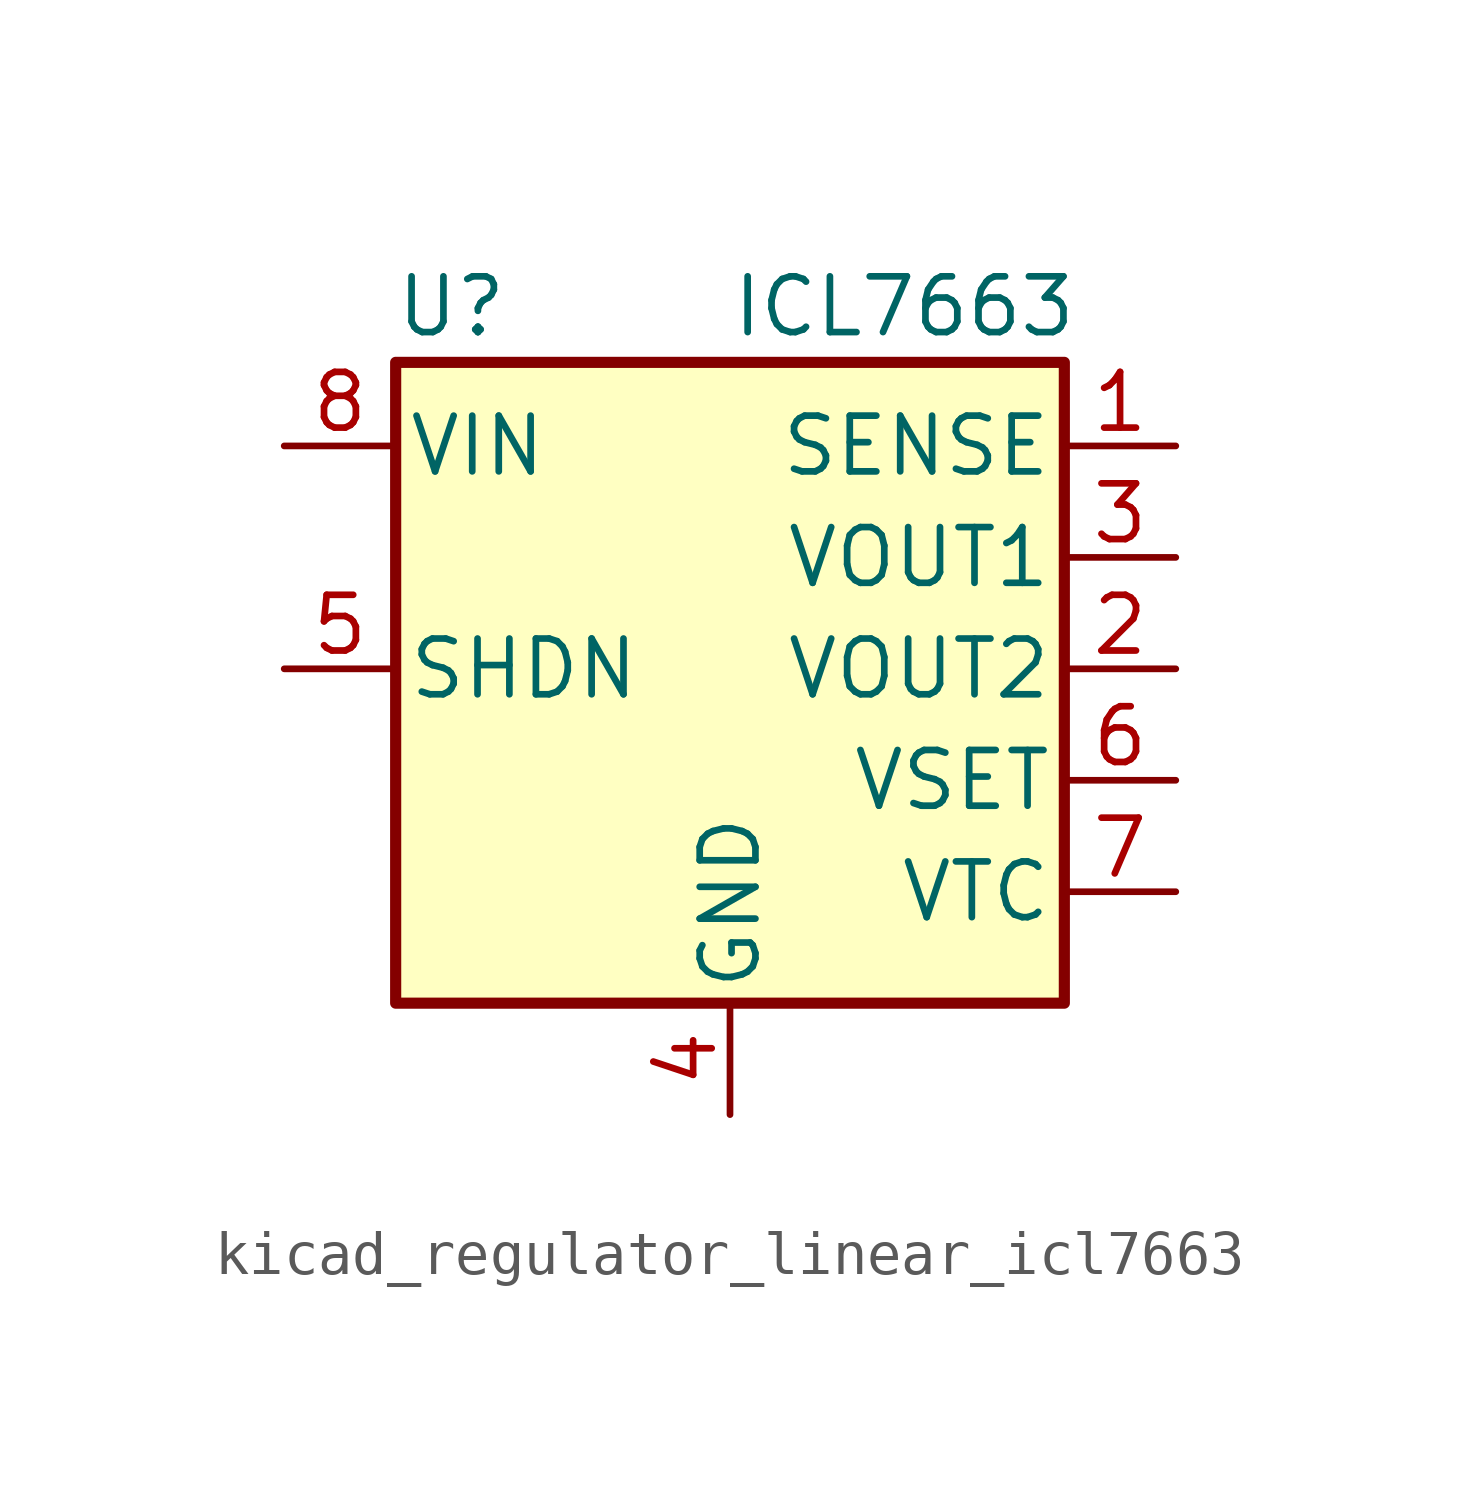
<source format=kicad_sym>
(kicad_symbol_lib
  (version 20220914)
  (generator kicad_symbol_editor)
  (symbol "kicad_regulator_linear_icl7663"
    (pin_names
      (offset 0.254))
    (property "Reference" "U"
      (at -6.35 8.255 0)
      (effects (font (size 1.27 1.27))))
    (property "Value" "ICL7663"
      (at 0 8.255 0)
      (effects (font (size 1.27 1.27)) (justify left)))
    (symbol "kicad_regulator_linear_icl7663_0_1"
      (rectangle (start -7.62 -7.62) (end 7.62 6.985) (stroke (width 0.254) (type default)) (fill (type background))))
    (symbol "kicad_regulator_linear_icl7663_1_1"
      (pin input line (at 10.16 5.08 180) (length 2.54) (name "SENSE" (effects (font (size 1.27 1.27)))) (number "1" (effects (font (size 1.27 1.27)))))
      (pin power_out line (at 10.16 0 180) (length 2.54) (name "VOUT2" (effects (font (size 1.27 1.27)))) (number "2" (effects (font (size 1.27 1.27)))))
      (pin power_out line (at 10.16 2.54 180) (length 2.54) (name "VOUT1" (effects (font (size 1.27 1.27)))) (number "3" (effects (font (size 1.27 1.27)))))
      (pin power_in line (at 0 -10.16 90) (length 2.54) (name "GND" (effects (font (size 1.27 1.27)))) (number "4" (effects (font (size 1.27 1.27)))))
      (pin input line (at -10.16 0 0) (length 2.54) (name "SHDN" (effects (font (size 1.27 1.27)))) (number "5" (effects (font (size 1.27 1.27)))))
      (pin input line (at 10.16 -2.54 180) (length 2.54) (name "VSET" (effects (font (size 1.27 1.27)))) (number "6" (effects (font (size 1.27 1.27)))))
      (pin output line (at 10.16 -5.08 180) (length 2.54) (name "VTC" (effects (font (size 1.27 1.27)))) (number "7" (effects (font (size 1.27 1.27)))))
      (pin power_in line (at -10.16 5.08 0) (length 2.54) (name "VIN" (effects (font (size 1.27 1.27)))) (number "8" (effects (font (size 1.27 1.27))))))))
</source>
